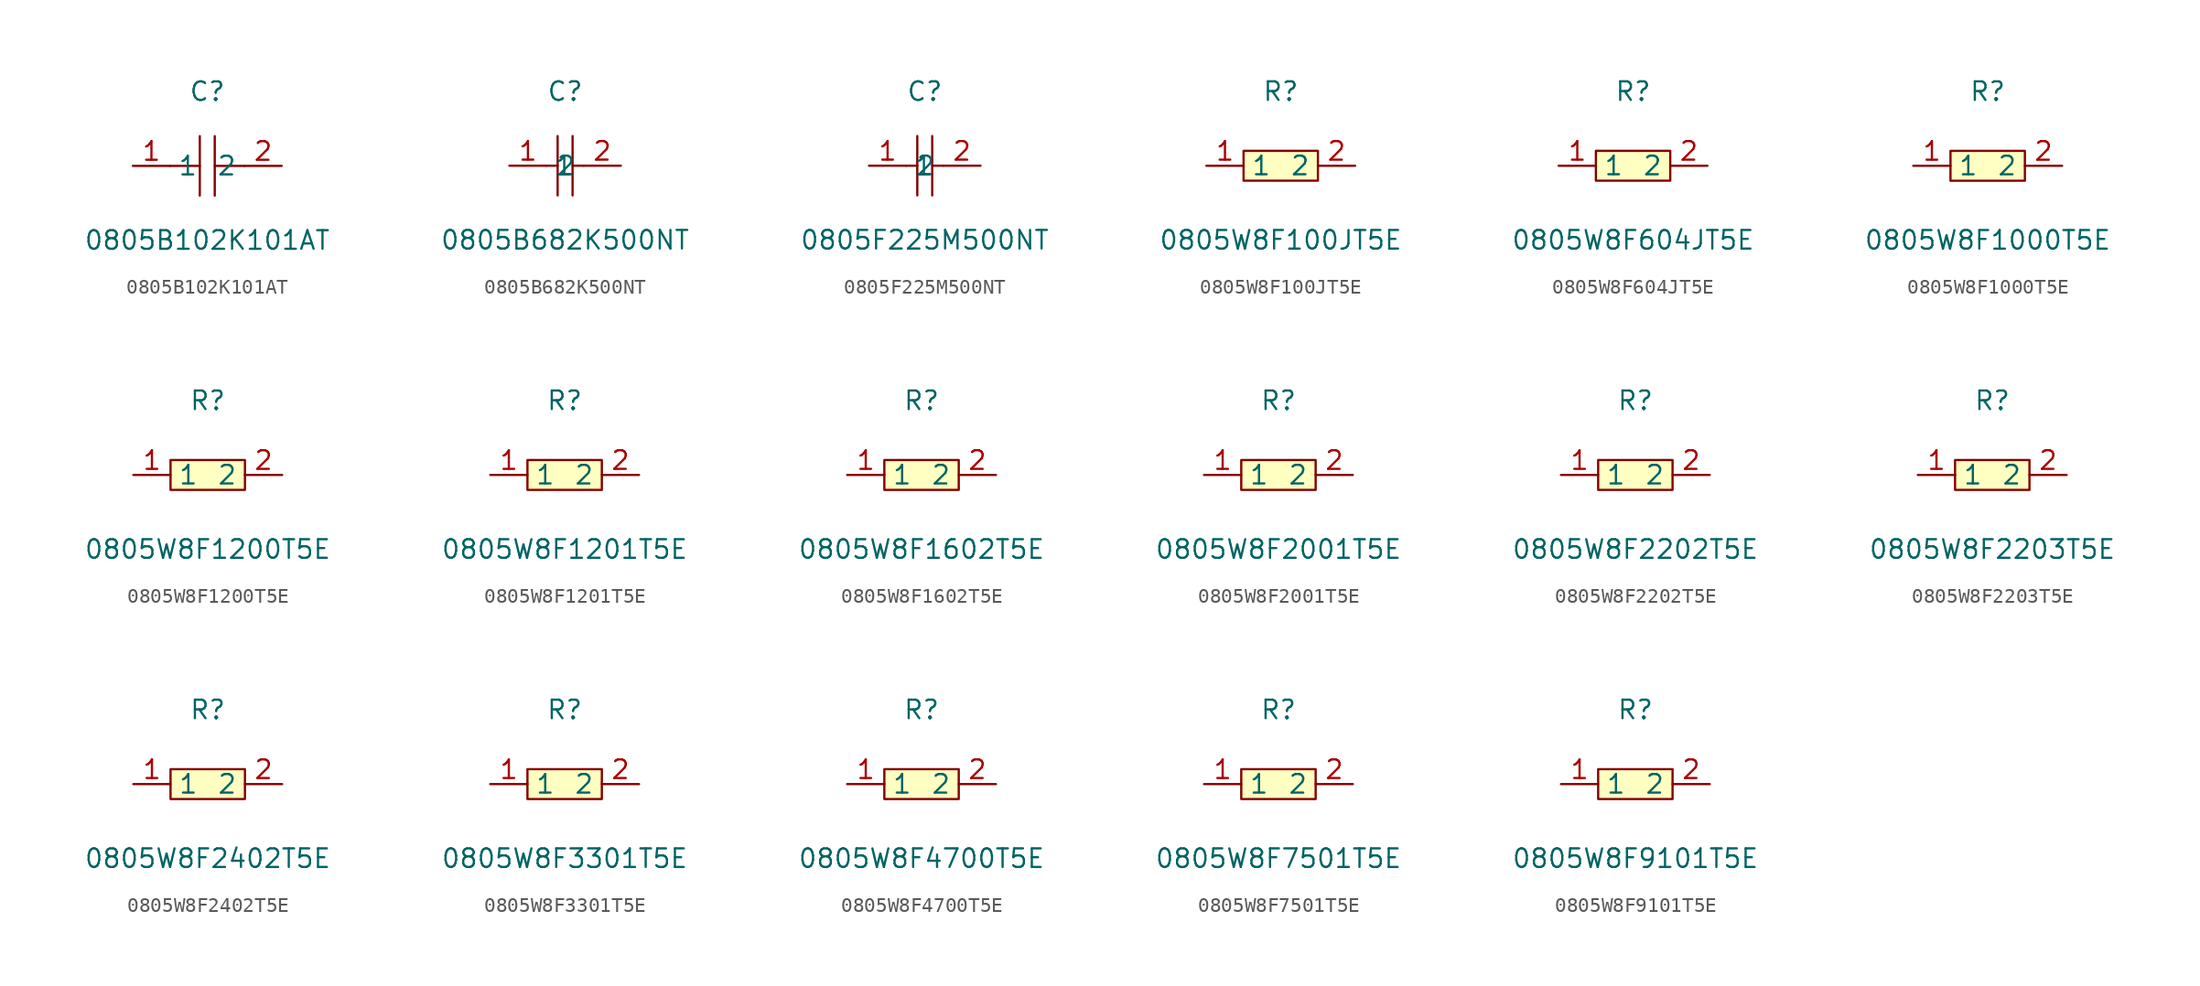
<source format=kicad_sym>
(kicad_symbol_lib
  (version 20231120)
  (generator "kicad_symbol_editor")
  (generator_version "8.0")
  (symbol "0805B102K101AT"
    (property "Reference" "C"
      (at 0 5.08 0)
      (effects (font (size 1.27 1.27))))
    (property "Value" "0805B102K101AT"
      (at 0 -5.08 0)
      (effects (font (size 1.27 1.27))))
    (symbol "0805B102K101AT_0_1"
      (polyline (pts (xy -0.51 -2.03) (xy -0.51 2.03)) (stroke (width 0) (type default)) (fill (type none)))
      (polyline (pts (xy -0.51 0) (xy -2.54 0)) (stroke (width 0) (type default)) (fill (type none)))
      (polyline (pts (xy 0.51 2.03) (xy 0.51 -2.03)) (stroke (width 0) (type default)) (fill (type none)))
      (polyline (pts (xy 2.54 0) (xy 0.51 0)) (stroke (width 0) (type default)) (fill (type none)))
      (pin unspecified line (at -5.08 0 0) (length 2.54) (name "1" (effects (font (size 1.27 1.27)))) (number "1" (effects (font (size 1.27 1.27)))))
      (pin unspecified line (at 5.08 0 180) (length 2.54) (name "2" (effects (font (size 1.27 1.27)))) (number "2" (effects (font (size 1.27 1.27)))))))
  (symbol "0805B682K500NT"
    (property "Reference" "C"
      (at 0 5.08 0)
      (effects (font (size 1.27 1.27))))
    (property "Value" "0805B682K500NT"
      (at 0 -5.08 0)
      (effects (font (size 1.27 1.27))))
    (symbol "0805B682K500NT_0_1"
      (polyline (pts (xy -0.51 2.03) (xy -0.51 -2.03)) (stroke (width 0) (type default) (color 0 0 0 0)) (fill (type none)))
      (polyline (pts (xy 0.51 2.03) (xy 0.51 -2.03)) (stroke (width 0) (type default) (color 0 0 0 0)) (fill (type none)))
      (polyline (pts (xy -1.27 -0.00) (xy -0.51 -0.00)) (stroke (width 0) (type default) (color 0 0 0 0)) (fill (type none)))
      (polyline (pts (xy 0.51 -0.00) (xy 1.27 -0.00)) (stroke (width 0) (type default) (color 0 0 0 0)) (fill (type none)))
      (pin input line (at -3.81 -0.00 0) (length 2.54) (name "1" (effects (font (size 1.27 1.27)))) (number "1" (effects (font (size 1.27 1.27)))))
      (pin input line (at 3.81 -0.00 180) (length 2.54) (name "2" (effects (font (size 1.27 1.27)))) (number "2" (effects (font (size 1.27 1.27)))))))
  (symbol "0805F225M500NT"
    (property "Reference" "C"
      (at 0 5.08 0)
      (effects (font (size 1.27 1.27))))
    (property "Value" "0805F225M500NT"
      (at 0 -5.08 0)
      (effects (font (size 1.27 1.27))))
    (symbol "0805F225M500NT_0_1"
      (polyline (pts (xy -1.27 0) (xy -0.51 0)) (stroke (width 0) (type default)) (fill (type none)))
      (polyline (pts (xy -0.51 2.03) (xy -0.51 -2.03)) (stroke (width 0) (type default)) (fill (type none)))
      (polyline (pts (xy 0.51 0) (xy 1.27 0)) (stroke (width 0) (type default)) (fill (type none)))
      (polyline (pts (xy 0.51 2.03) (xy 0.51 -2.03)) (stroke (width 0) (type default)) (fill (type none)))
      (pin input line (at -3.81 0 0) (length 2.54) (name "1" (effects (font (size 1.27 1.27)))) (number "1" (effects (font (size 1.27 1.27)))))
      (pin input line (at 3.81 0 180) (length 2.54) (name "2" (effects (font (size 1.27 1.27)))) (number "2" (effects (font (size 1.27 1.27)))))))
  (symbol "0805W8F100JT5E"
    (property "Reference" "R"
      (at 0 5.08 0)
      (effects (font (size 1.27 1.27))))
    (property "Value" "0805W8F100JT5E"
      (at 0 -5.08 0)
      (effects (font (size 1.27 1.27))))
    (symbol "0805W8F100JT5E_0_1"
      (rectangle (start -2.54 1.02) (end 2.54 -1.02) (stroke (width 0) (type default)) (fill (type background)))
      (pin input line (at -5.08 0 0) (length 2.54) (name "1" (effects (font (size 1.27 1.27)))) (number "1" (effects (font (size 1.27 1.27)))))
      (pin input line (at 5.08 0 180) (length 2.54) (name "2" (effects (font (size 1.27 1.27)))) (number "2" (effects (font (size 1.27 1.27)))))))
  (symbol "0805W8F604JT5E"
    (property "Reference" "R"
      (at 0 5.08 0)
      (effects (font (size 1.27 1.27))))
    (property "Value" "0805W8F604JT5E"
      (at 0 -5.08 0)
      (effects (font (size 1.27 1.27))))
    (symbol "0805W8F604JT5E_0_1"
      (rectangle (start -2.54 1.02) (end 2.54 -1.02) (stroke (width 0) (type default) (color 0 0 0 0)) (fill (type background)))
      (pin input line (at 5.08 -0.00 180) (length 2.54) (name "2" (effects (font (size 1.27 1.27)))) (number "2" (effects (font (size 1.27 1.27)))))
      (pin input line (at -5.08 -0.00 0) (length 2.54) (name "1" (effects (font (size 1.27 1.27)))) (number "1" (effects (font (size 1.27 1.27)))))))
  (symbol "0805W8F1000T5E"
    (property "Reference" "R"
      (at 0 5.08 0)
      (effects (font (size 1.27 1.27))))
    (property "Value" "0805W8F1000T5E"
      (at 0 -5.08 0)
      (effects (font (size 1.27 1.27))))
    (symbol "0805W8F1000T5E_0_1"
      (rectangle (start -2.54 1.02) (end 2.54 -1.02) (stroke (width 0) (type default)) (fill (type background)))
      (pin input line (at -5.08 0 0) (length 2.54) (name "1" (effects (font (size 1.27 1.27)))) (number "1" (effects (font (size 1.27 1.27)))))
      (pin input line (at 5.08 0 180) (length 2.54) (name "2" (effects (font (size 1.27 1.27)))) (number "2" (effects (font (size 1.27 1.27)))))))
  (symbol "0805W8F1200T5E"
    (property "Reference" "R"
      (at 0 5.08 0)
      (effects (font (size 1.27 1.27))))
    (property "Value" "0805W8F1200T5E"
      (at 0 -5.08 0)
      (effects (font (size 1.27 1.27))))
    (symbol "0805W8F1200T5E_0_1"
      (rectangle (start -2.54 1.02) (end 2.54 -1.02) (stroke (width 0) (type default) (color 0 0 0 0)) (fill (type background)))
      (pin input line (at 5.08 -0.00 180) (length 2.54) (name "2" (effects (font (size 1.27 1.27)))) (number "2" (effects (font (size 1.27 1.27)))))
      (pin input line (at -5.08 -0.00 0) (length 2.54) (name "1" (effects (font (size 1.27 1.27)))) (number "1" (effects (font (size 1.27 1.27)))))))
  (symbol "0805W8F1201T5E"
    (property "Reference" "R"
      (at 0 5.08 0)
      (effects (font (size 1.27 1.27))))
    (property "Value" "0805W8F1201T5E"
      (at 0 -5.08 0)
      (effects (font (size 1.27 1.27))))
    (symbol "0805W8F1201T5E_0_1"
      (rectangle (start -2.54 1.02) (end 2.54 -1.02) (stroke (width 0) (type default) (color 0 0 0 0)) (fill (type background)))
      (pin input line (at 5.08 -0.00 180) (length 2.54) (name "2" (effects (font (size 1.27 1.27)))) (number "2" (effects (font (size 1.27 1.27)))))
      (pin input line (at -5.08 -0.00 0) (length 2.54) (name "1" (effects (font (size 1.27 1.27)))) (number "1" (effects (font (size 1.27 1.27)))))))
  (symbol "0805W8F1602T5E"
    (property "Reference" "R"
      (at 0 5.08 0)
      (effects (font (size 1.27 1.27))))
    (property "Value" "0805W8F1602T5E"
      (at 0 -5.08 0)
      (effects (font (size 1.27 1.27))))
    (symbol "0805W8F1602T5E_0_1"
      (rectangle (start -2.54 1.02) (end 2.54 -1.02) (stroke (width 0) (type default)) (fill (type background)))
      (pin input line (at -5.08 0 0) (length 2.54) (name "1" (effects (font (size 1.27 1.27)))) (number "1" (effects (font (size 1.27 1.27)))))
      (pin input line (at 5.08 0 180) (length 2.54) (name "2" (effects (font (size 1.27 1.27)))) (number "2" (effects (font (size 1.27 1.27)))))))
  (symbol "0805W8F2001T5E"
    (property "Reference" "R"
      (at 0 5.08 0)
      (effects (font (size 1.27 1.27))))
    (property "Value" "0805W8F2001T5E"
      (at 0 -5.08 0)
      (effects (font (size 1.27 1.27))))
    (symbol "0805W8F2001T5E_0_1"
      (rectangle (start -2.54 1.02) (end 2.54 -1.02) (stroke (width 0) (type default)) (fill (type background)))
      (pin input line (at -5.08 0 0) (length 2.54) (name "1" (effects (font (size 1.27 1.27)))) (number "1" (effects (font (size 1.27 1.27)))))
      (pin input line (at 5.08 0 180) (length 2.54) (name "2" (effects (font (size 1.27 1.27)))) (number "2" (effects (font (size 1.27 1.27)))))))
  (symbol "0805W8F2202T5E"
    (property "Reference" "R"
      (at 0 5.08 0)
      (effects (font (size 1.27 1.27))))
    (property "Value" "0805W8F2202T5E"
      (at 0 -5.08 0)
      (effects (font (size 1.27 1.27))))
    (symbol "0805W8F2202T5E_0_1"
      (rectangle (start -2.54 1.02) (end 2.54 -1.02) (stroke (width 0) (type default)) (fill (type background)))
      (pin input line (at -5.08 0 0) (length 2.54) (name "1" (effects (font (size 1.27 1.27)))) (number "1" (effects (font (size 1.27 1.27)))))
      (pin input line (at 5.08 0 180) (length 2.54) (name "2" (effects (font (size 1.27 1.27)))) (number "2" (effects (font (size 1.27 1.27)))))))
  (symbol "0805W8F2203T5E"
    (property "Reference" "R"
      (at 0 5.08 0)
      (effects (font (size 1.27 1.27))))
    (property "Value" "0805W8F2203T5E"
      (at 0 -5.08 0)
      (effects (font (size 1.27 1.27))))
    (symbol "0805W8F2203T5E_0_1"
      (rectangle (start -2.54 1.02) (end 2.54 -1.02) (stroke (width 0) (type default) (color 0 0 0 0)) (fill (type background)))
      (pin input line (at 5.08 -0.00 180) (length 2.54) (name "2" (effects (font (size 1.27 1.27)))) (number "2" (effects (font (size 1.27 1.27)))))
      (pin input line (at -5.08 -0.00 0) (length 2.54) (name "1" (effects (font (size 1.27 1.27)))) (number "1" (effects (font (size 1.27 1.27)))))))
  (symbol "0805W8F2402T5E"
    (property "Reference" "R"
      (at 0 5.08 0)
      (effects (font (size 1.27 1.27))))
    (property "Value" "0805W8F2402T5E"
      (at 0 -5.08 0)
      (effects (font (size 1.27 1.27))))
    (symbol "0805W8F2402T5E_0_1"
      (rectangle (start -2.54 1.02) (end 2.54 -1.02) (stroke (width 0) (type default) (color 0 0 0 0)) (fill (type background)))
      (pin input line (at 5.08 -0.00 180) (length 2.54) (name "2" (effects (font (size 1.27 1.27)))) (number "2" (effects (font (size 1.27 1.27)))))
      (pin input line (at -5.08 -0.00 0) (length 2.54) (name "1" (effects (font (size 1.27 1.27)))) (number "1" (effects (font (size 1.27 1.27)))))))
  (symbol "0805W8F3301T5E"
    (property "Reference" "R"
      (at 0 5.08 0)
      (effects (font (size 1.27 1.27))))
    (property "Value" "0805W8F3301T5E"
      (at 0 -5.08 0)
      (effects (font (size 1.27 1.27))))
    (symbol "0805W8F3301T5E_0_1"
      (rectangle (start -2.54 1.02) (end 2.54 -1.02) (stroke (width 0) (type default)) (fill (type background)))
      (pin input line (at -5.08 0 0) (length 2.54) (name "1" (effects (font (size 1.27 1.27)))) (number "1" (effects (font (size 1.27 1.27)))))
      (pin input line (at 5.08 0 180) (length 2.54) (name "2" (effects (font (size 1.27 1.27)))) (number "2" (effects (font (size 1.27 1.27)))))))
  (symbol "0805W8F4700T5E"
    (property "Reference" "R"
      (at 0 5.08 0)
      (effects (font (size 1.27 1.27))))
    (property "Value" "0805W8F4700T5E"
      (at 0 -5.08 0)
      (effects (font (size 1.27 1.27))))
    (symbol "0805W8F4700T5E_0_1"
      (rectangle (start -2.54 1.02) (end 2.54 -1.02) (stroke (width 0) (type default)) (fill (type background)))
      (pin input line (at -5.08 0 0) (length 2.54) (name "1" (effects (font (size 1.27 1.27)))) (number "1" (effects (font (size 1.27 1.27)))))
      (pin input line (at 5.08 0 180) (length 2.54) (name "2" (effects (font (size 1.27 1.27)))) (number "2" (effects (font (size 1.27 1.27)))))))
  (symbol "0805W8F7501T5E"
    (property "Reference" "R"
      (at 0 5.08 0)
      (effects (font (size 1.27 1.27))))
    (property "Value" "0805W8F7501T5E"
      (at 0 -5.08 0)
      (effects (font (size 1.27 1.27))))
    (symbol "0805W8F7501T5E_0_1"
      (rectangle (start -2.54 1.02) (end 2.54 -1.02) (stroke (width 0) (type default)) (fill (type background)))
      (pin input line (at -5.08 0 0) (length 2.54) (name "1" (effects (font (size 1.27 1.27)))) (number "1" (effects (font (size 1.27 1.27)))))
      (pin input line (at 5.08 0 180) (length 2.54) (name "2" (effects (font (size 1.27 1.27)))) (number "2" (effects (font (size 1.27 1.27)))))))
  (symbol "0805W8F9101T5E"
    (property "Reference" "R"
      (at 0 5.08 0)
      (effects (font (size 1.27 1.27))))
    (property "Value" "0805W8F9101T5E"
      (at 0 -5.08 0)
      (effects (font (size 1.27 1.27))))
    (symbol "0805W8F9101T5E_0_1"
      (rectangle (start -2.54 1.02) (end 2.54 -1.02) (stroke (width 0) (type default) (color 0 0 0 0)) (fill (type background)))
      (pin input line (at 5.08 -0.00 180) (length 2.54) (name "2" (effects (font (size 1.27 1.27)))) (number "2" (effects (font (size 1.27 1.27)))))
      (pin input line (at -5.08 -0.00 0) (length 2.54) (name "1" (effects (font (size 1.27 1.27)))) (number "1" (effects (font (size 1.27 1.27))))))))
</source>
